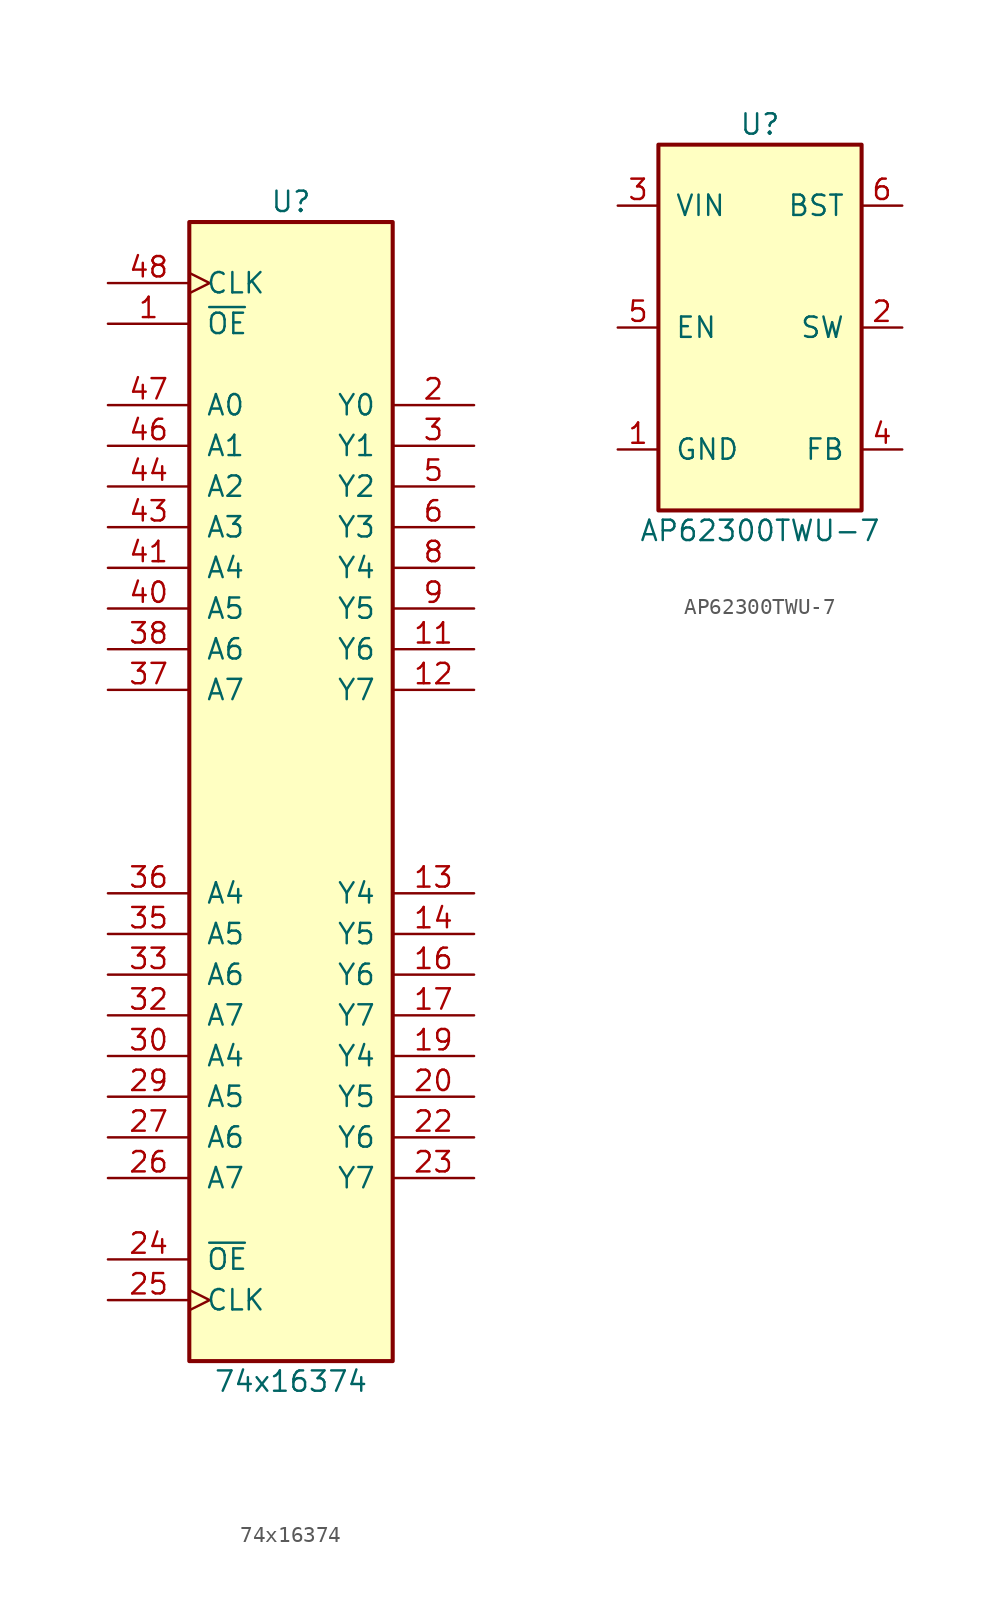
<source format=kicad_sym>
(kicad_symbol_lib
  (version 20211014)
  (generator kicad_symbol_editor)
  (symbol "74x16374"
    (pin_names
      (offset 1.016))
    (property "Reference" "U"
      (at -1.27 36.83 0)
      (effects (font (size 1.27 1.27))))
    (property "Value" "74x16374"
      (at -1.27 -36.83 0)
      (effects (font (size 1.27 1.27))))
    (symbol "74x16374_0_1"
      (rectangle (start -7.62 35.56) (end 5.08 -35.56) (stroke (width 0.254) (type default) (color 0 0 0 0)) (fill (type background))))
    (symbol "74x16374_1_1"
      (pin input line (at -12.7 29.21 0) (length 5.08) (name "~{OE}" (effects (font (size 1.27 1.27)))) (number "1" (effects (font (size 1.27 1.27)))))
      (pin power_in line (at -12.7 1.27 0) (length 5.08) hide (name "GND" (effects (font (size 1.27 1.27)))) (number "10" (effects (font (size 1.27 1.27)))))
      (pin tri_state line (at 10.16 8.89 180) (length 5.08) (name "Y6" (effects (font (size 1.27 1.27)))) (number "11" (effects (font (size 1.27 1.27)))))
      (pin tri_state line (at 10.16 6.35 180) (length 5.08) (name "Y7" (effects (font (size 1.27 1.27)))) (number "12" (effects (font (size 1.27 1.27)))))
      (pin tri_state line (at 10.16 -6.35 180) (length 5.08) (name "Y4" (effects (font (size 1.27 1.27)))) (number "13" (effects (font (size 1.27 1.27)))))
      (pin tri_state line (at 10.16 -8.89 180) (length 5.08) (name "Y5" (effects (font (size 1.27 1.27)))) (number "14" (effects (font (size 1.27 1.27)))))
      (pin power_in line (at -12.7 -1.27 0) (length 5.08) hide (name "GND" (effects (font (size 1.27 1.27)))) (number "15" (effects (font (size 1.27 1.27)))))
      (pin tri_state line (at 10.16 -11.43 180) (length 5.08) (name "Y6" (effects (font (size 1.27 1.27)))) (number "16" (effects (font (size 1.27 1.27)))))
      (pin tri_state line (at 10.16 -13.97 180) (length 5.08) (name "Y7" (effects (font (size 1.27 1.27)))) (number "17" (effects (font (size 1.27 1.27)))))
      (pin power_in line (at -12.7 -34.29 0) (length 5.08) hide (name "VCC" (effects (font (size 1.27 1.27)))) (number "18" (effects (font (size 1.27 1.27)))))
      (pin tri_state line (at 10.16 -16.51 180) (length 5.08) (name "Y4" (effects (font (size 1.27 1.27)))) (number "19" (effects (font (size 1.27 1.27)))))
      (pin tri_state line (at 10.16 24.13 180) (length 5.08) (name "Y0" (effects (font (size 1.27 1.27)))) (number "2" (effects (font (size 1.27 1.27)))))
      (pin tri_state line (at 10.16 -19.05 180) (length 5.08) (name "Y5" (effects (font (size 1.27 1.27)))) (number "20" (effects (font (size 1.27 1.27)))))
      (pin power_in line (at -12.7 -3.81 0) (length 5.08) hide (name "GND" (effects (font (size 1.27 1.27)))) (number "21" (effects (font (size 1.27 1.27)))))
      (pin tri_state line (at 10.16 -21.59 180) (length 5.08) (name "Y6" (effects (font (size 1.27 1.27)))) (number "22" (effects (font (size 1.27 1.27)))))
      (pin tri_state line (at 10.16 -24.13 180) (length 5.08) (name "Y7" (effects (font (size 1.27 1.27)))) (number "23" (effects (font (size 1.27 1.27)))))
      (pin input line (at -12.7 -29.21 0) (length 5.08) (name "~{OE}" (effects (font (size 1.27 1.27)))) (number "24" (effects (font (size 1.27 1.27)))))
      (pin input clock (at -12.7 -31.75 0) (length 5.08) (name "CLK" (effects (font (size 1.27 1.27)))) (number "25" (effects (font (size 1.27 1.27)))))
      (pin input line (at -12.7 -24.13 0) (length 5.08) (name "A7" (effects (font (size 1.27 1.27)))) (number "26" (effects (font (size 1.27 1.27)))))
      (pin input line (at -12.7 -21.59 0) (length 5.08) (name "A6" (effects (font (size 1.27 1.27)))) (number "27" (effects (font (size 1.27 1.27)))))
      (pin power_in line (at 10.16 -3.81 180) (length 5.08) hide (name "GND" (effects (font (size 1.27 1.27)))) (number "28" (effects (font (size 1.27 1.27)))))
      (pin input line (at -12.7 -19.05 0) (length 5.08) (name "A5" (effects (font (size 1.27 1.27)))) (number "29" (effects (font (size 1.27 1.27)))))
      (pin tri_state line (at 10.16 21.59 180) (length 5.08) (name "Y1" (effects (font (size 1.27 1.27)))) (number "3" (effects (font (size 1.27 1.27)))))
      (pin input line (at -12.7 -16.51 0) (length 5.08) (name "A4" (effects (font (size 1.27 1.27)))) (number "30" (effects (font (size 1.27 1.27)))))
      (pin power_in line (at 10.16 -34.29 180) (length 5.08) hide (name "VCC" (effects (font (size 1.27 1.27)))) (number "31" (effects (font (size 1.27 1.27)))))
      (pin input line (at -12.7 -13.97 0) (length 5.08) (name "A7" (effects (font (size 1.27 1.27)))) (number "32" (effects (font (size 1.27 1.27)))))
      (pin input line (at -12.7 -11.43 0) (length 5.08) (name "A6" (effects (font (size 1.27 1.27)))) (number "33" (effects (font (size 1.27 1.27)))))
      (pin power_in line (at 10.16 -1.27 180) (length 5.08) hide (name "GND" (effects (font (size 1.27 1.27)))) (number "34" (effects (font (size 1.27 1.27)))))
      (pin input line (at -12.7 -8.89 0) (length 5.08) (name "A5" (effects (font (size 1.27 1.27)))) (number "35" (effects (font (size 1.27 1.27)))))
      (pin input line (at -12.7 -6.35 0) (length 5.08) (name "A4" (effects (font (size 1.27 1.27)))) (number "36" (effects (font (size 1.27 1.27)))))
      (pin input line (at -12.7 6.35 0) (length 5.08) (name "A7" (effects (font (size 1.27 1.27)))) (number "37" (effects (font (size 1.27 1.27)))))
      (pin input line (at -12.7 8.89 0) (length 5.08) (name "A6" (effects (font (size 1.27 1.27)))) (number "38" (effects (font (size 1.27 1.27)))))
      (pin power_in line (at 10.16 1.27 180) (length 5.08) hide (name "GND" (effects (font (size 1.27 1.27)))) (number "39" (effects (font (size 1.27 1.27)))))
      (pin power_in line (at -12.7 3.81 0) (length 5.08) hide (name "GND" (effects (font (size 1.27 1.27)))) (number "4" (effects (font (size 1.27 1.27)))))
      (pin input line (at -12.7 11.43 0) (length 5.08) (name "A5" (effects (font (size 1.27 1.27)))) (number "40" (effects (font (size 1.27 1.27)))))
      (pin input line (at -12.7 13.97 0) (length 5.08) (name "A4" (effects (font (size 1.27 1.27)))) (number "41" (effects (font (size 1.27 1.27)))))
      (pin power_in line (at 10.16 34.29 180) (length 5.08) hide (name "VCC" (effects (font (size 1.27 1.27)))) (number "42" (effects (font (size 1.27 1.27)))))
      (pin input line (at -12.7 16.51 0) (length 5.08) (name "A3" (effects (font (size 1.27 1.27)))) (number "43" (effects (font (size 1.27 1.27)))))
      (pin input line (at -12.7 19.05 0) (length 5.08) (name "A2" (effects (font (size 1.27 1.27)))) (number "44" (effects (font (size 1.27 1.27)))))
      (pin power_in line (at 10.16 3.81 180) (length 5.08) hide (name "GND" (effects (font (size 1.27 1.27)))) (number "45" (effects (font (size 1.27 1.27)))))
      (pin input line (at -12.7 21.59 0) (length 5.08) (name "A1" (effects (font (size 1.27 1.27)))) (number "46" (effects (font (size 1.27 1.27)))))
      (pin input line (at -12.7 24.13 0) (length 5.08) (name "A0" (effects (font (size 1.27 1.27)))) (number "47" (effects (font (size 1.27 1.27)))))
      (pin input clock (at -12.7 31.75 0) (length 5.08) (name "CLK" (effects (font (size 1.27 1.27)))) (number "48" (effects (font (size 1.27 1.27)))))
      (pin tri_state line (at 10.16 19.05 180) (length 5.08) (name "Y2" (effects (font (size 1.27 1.27)))) (number "5" (effects (font (size 1.27 1.27)))))
      (pin tri_state line (at 10.16 16.51 180) (length 5.08) (name "Y3" (effects (font (size 1.27 1.27)))) (number "6" (effects (font (size 1.27 1.27)))))
      (pin power_in line (at -12.7 34.29 0) (length 5.08) hide (name "VCC" (effects (font (size 1.27 1.27)))) (number "7" (effects (font (size 1.27 1.27)))))
      (pin tri_state line (at 10.16 13.97 180) (length 5.08) (name "Y4" (effects (font (size 1.27 1.27)))) (number "8" (effects (font (size 1.27 1.27)))))
      (pin tri_state line (at 10.16 11.43 180) (length 5.08) (name "Y5" (effects (font (size 1.27 1.27)))) (number "9" (effects (font (size 1.27 1.27)))))))
  (symbol "AP62300TWU-7"
    (pin_names
      (offset 1.016))
    (property "Reference" "U"
      (at 0 12.7 0)
      (effects (font (size 1.27 1.27))))
    (property "Value" "AP62300TWU-7"
      (at 0 -12.7 0)
      (effects (font (size 1.27 1.27))))
    (symbol "AP62300TWU-7_0_1"
      (rectangle (start -6.35 11.43) (end 6.35 -11.43) (stroke (width 0.254) (type default) (color 0 0 0 0)) (fill (type background))))
    (symbol "AP62300TWU-7_1_1"
      (pin power_in line (at -8.89 -7.62 0) (length 2.54) (name "GND" (effects (font (size 1.27 1.27)))) (number "1" (effects (font (size 1.27 1.27)))))
      (pin passive line (at 8.89 0 180) (length 2.54) (name "SW" (effects (font (size 1.27 1.27)))) (number "2" (effects (font (size 1.27 1.27)))))
      (pin power_in line (at -8.89 7.62 0) (length 2.54) (name "VIN" (effects (font (size 1.27 1.27)))) (number "3" (effects (font (size 1.27 1.27)))))
      (pin passive line (at 8.89 -7.62 180) (length 2.54) (name "FB" (effects (font (size 1.27 1.27)))) (number "4" (effects (font (size 1.27 1.27)))))
      (pin input line (at -8.89 0 0) (length 2.54) (name "EN" (effects (font (size 1.27 1.27)))) (number "5" (effects (font (size 1.27 1.27)))))
      (pin passive line (at 8.89 7.62 180) (length 2.54) (name "BST" (effects (font (size 1.27 1.27)))) (number "6" (effects (font (size 1.27 1.27))))))))
</source>
